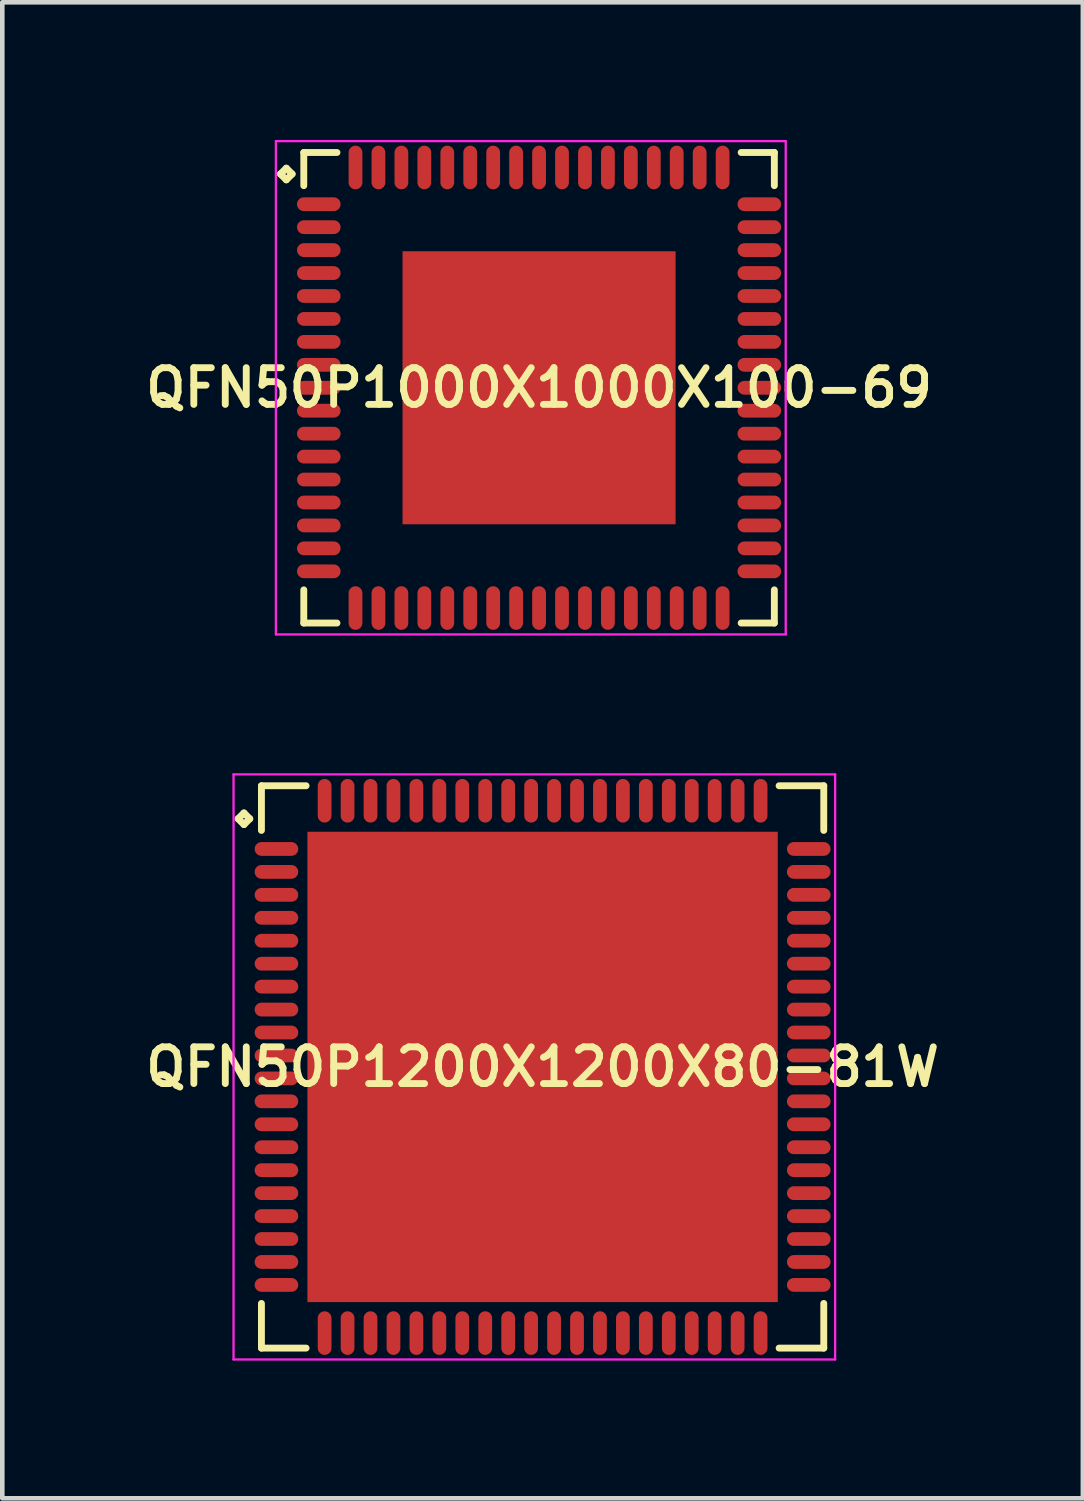
<source format=kicad_pcb>
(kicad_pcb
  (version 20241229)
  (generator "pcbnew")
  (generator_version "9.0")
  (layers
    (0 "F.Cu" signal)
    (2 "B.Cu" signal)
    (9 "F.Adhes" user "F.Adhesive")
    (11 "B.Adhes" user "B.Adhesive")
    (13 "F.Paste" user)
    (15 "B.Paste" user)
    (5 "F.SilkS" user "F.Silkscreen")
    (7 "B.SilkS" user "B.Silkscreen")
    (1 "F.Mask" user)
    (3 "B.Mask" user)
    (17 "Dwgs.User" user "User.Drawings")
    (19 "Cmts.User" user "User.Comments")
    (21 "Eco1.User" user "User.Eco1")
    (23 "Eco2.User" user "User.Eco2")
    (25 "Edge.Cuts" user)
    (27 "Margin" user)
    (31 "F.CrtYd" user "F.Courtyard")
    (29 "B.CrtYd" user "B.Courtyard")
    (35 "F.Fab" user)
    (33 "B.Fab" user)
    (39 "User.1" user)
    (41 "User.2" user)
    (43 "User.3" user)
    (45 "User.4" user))
  (footprint "QFN50P1200X1200X80-81W"
    (layer "F.Cu")
    (at 8.774 20.2)
    (property "Reference" "QFN50P1200X1200X80-81W" (at 0 0 0) (layer "F.SilkS") (effects (font (size 0.8 0.8) (thickness 0.15))))
    (attr smd)
    (fp_line (start -6.635 -5.408) (end -6.508 -5.535) (stroke (width 0.15) (type solid)) (layer "F.SilkS"))
    (fp_line (start -6.508 -5.535) (end -6.381 -5.408) (stroke (width 0.15) (type solid)) (layer "F.SilkS"))
    (fp_line (start -6.508 -5.281) (end -6.635 -5.408) (stroke (width 0.15) (type solid)) (layer "F.SilkS"))
    (fp_line (start -6.381 -5.408) (end -6.508 -5.281) (stroke (width 0.15) (type solid)) (layer "F.SilkS"))
    (fp_line (start -6.127 -6.127) (end -5.154 -6.127) (stroke (width 0.15) (type solid)) (layer "F.SilkS"))
    (fp_line (start -6.127 -5.154) (end -6.127 -6.127) (stroke (width 0.15) (type solid)) (layer "F.SilkS"))
    (fp_line (start -6.127 5.154) (end -6.127 6.127) (stroke (width 0.15) (type solid)) (layer "F.SilkS"))
    (fp_line (start -6.127 6.127) (end -5.154 6.127) (stroke (width 0.15) (type solid)) (layer "F.SilkS"))
    (fp_line (start 5.154 -6.127) (end 6.127 -6.127) (stroke (width 0.15) (type solid)) (layer "F.SilkS"))
    (fp_line (start 5.154 6.127) (end 6.127 6.127) (stroke (width 0.15) (type solid)) (layer "F.SilkS"))
    (fp_line (start 6.127 -6.127) (end 6.127 -5.154) (stroke (width 0.15) (type solid)) (layer "F.SilkS"))
    (fp_line (start 6.127 6.127) (end 6.127 5.154) (stroke (width 0.15) (type solid)) (layer "F.SilkS"))
    (fp_line (start -6.735 -6.375) (end 6.375 -6.375) (stroke (width 0.05) (type solid)) (layer "F.CrtYd"))
    (fp_line (start -6.735 6.375) (end -6.735 -6.375) (stroke (width 0.05) (type solid)) (layer "F.CrtYd"))
    (fp_line (start 6.375 -6.375) (end 6.375 6.375) (stroke (width 0.05) (type solid)) (layer "F.CrtYd"))
    (fp_line (start 6.375 6.375) (end -6.735 6.375) (stroke (width 0.05) (type solid)) (layer "F.CrtYd"))
    (pad "1" smd oval (at -5.8 -4.75) (size 0.95 0.3) (layers "F.Cu" "F.Mask" "F.Paste"))
    (pad "2" smd oval (at -5.8 -4.25) (size 0.95 0.3) (layers "F.Cu" "F.Mask" "F.Paste"))
    (pad "3" smd oval (at -5.8 -3.75) (size 0.95 0.3) (layers "F.Cu" "F.Mask" "F.Paste"))
    (pad "4" smd oval (at -5.8 -3.25) (size 0.95 0.3) (layers "F.Cu" "F.Mask" "F.Paste"))
    (pad "5" smd oval (at -5.8 -2.75) (size 0.95 0.3) (layers "F.Cu" "F.Mask" "F.Paste"))
    (pad "6" smd oval (at -5.8 -2.25) (size 0.95 0.3) (layers "F.Cu" "F.Mask" "F.Paste"))
    (pad "7" smd oval (at -5.8 -1.75) (size 0.95 0.3) (layers "F.Cu" "F.Mask" "F.Paste"))
    (pad "8" smd oval (at -5.8 -1.25) (size 0.95 0.3) (layers "F.Cu" "F.Mask" "F.Paste"))
    (pad "9" smd oval (at -5.8 -0.75) (size 0.95 0.3) (layers "F.Cu" "F.Mask" "F.Paste"))
    (pad "10" smd oval (at -5.8 -0.25) (size 0.95 0.3) (layers "F.Cu" "F.Mask" "F.Paste"))
    (pad "11" smd oval (at -5.8 0.25) (size 0.95 0.3) (layers "F.Cu" "F.Mask" "F.Paste"))
    (pad "12" smd oval (at -5.8 0.75) (size 0.95 0.3) (layers "F.Cu" "F.Mask" "F.Paste"))
    (pad "13" smd oval (at -5.8 1.25) (size 0.95 0.3) (layers "F.Cu" "F.Mask" "F.Paste"))
    (pad "14" smd oval (at -5.8 1.75) (size 0.95 0.3) (layers "F.Cu" "F.Mask" "F.Paste"))
    (pad "15" smd oval (at -5.8 2.25) (size 0.95 0.3) (layers "F.Cu" "F.Mask" "F.Paste"))
    (pad "16" smd oval (at -5.8 2.75) (size 0.95 0.3) (layers "F.Cu" "F.Mask" "F.Paste"))
    (pad "17" smd oval (at -5.8 3.25) (size 0.95 0.3) (layers "F.Cu" "F.Mask" "F.Paste"))
    (pad "18" smd oval (at -5.8 3.75) (size 0.95 0.3) (layers "F.Cu" "F.Mask" "F.Paste"))
    (pad "19" smd oval (at -5.8 4.25) (size 0.95 0.3) (layers "F.Cu" "F.Mask" "F.Paste"))
    (pad "20" smd oval (at -5.8 4.75) (size 0.95 0.3) (layers "F.Cu" "F.Mask" "F.Paste"))
    (pad "21" smd oval (at -4.75 5.8) (size 0.3 0.95) (layers "F.Cu" "F.Mask" "F.Paste"))
    (pad "22" smd oval (at -4.25 5.8) (size 0.3 0.95) (layers "F.Cu" "F.Mask" "F.Paste"))
    (pad "23" smd oval (at -3.75 5.8) (size 0.3 0.95) (layers "F.Cu" "F.Mask" "F.Paste"))
    (pad "24" smd oval (at -3.25 5.8) (size 0.3 0.95) (layers "F.Cu" "F.Mask" "F.Paste"))
    (pad "25" smd oval (at -2.75 5.8) (size 0.3 0.95) (layers "F.Cu" "F.Mask" "F.Paste"))
    (pad "26" smd oval (at -2.25 5.8) (size 0.3 0.95) (layers "F.Cu" "F.Mask" "F.Paste"))
    (pad "27" smd oval (at -1.75 5.8) (size 0.3 0.95) (layers "F.Cu" "F.Mask" "F.Paste"))
    (pad "28" smd oval (at -1.25 5.8) (size 0.3 0.95) (layers "F.Cu" "F.Mask" "F.Paste"))
    (pad "29" smd oval (at -0.75 5.8) (size 0.3 0.95) (layers "F.Cu" "F.Mask" "F.Paste"))
    (pad "30" smd oval (at -0.25 5.8) (size 0.3 0.95) (layers "F.Cu" "F.Mask" "F.Paste"))
    (pad "31" smd oval (at 0.25 5.8) (size 0.3 0.95) (layers "F.Cu" "F.Mask" "F.Paste"))
    (pad "32" smd oval (at 0.75 5.8) (size 0.3 0.95) (layers "F.Cu" "F.Mask" "F.Paste"))
    (pad "33" smd oval (at 1.25 5.8) (size 0.3 0.95) (layers "F.Cu" "F.Mask" "F.Paste"))
    (pad "34" smd oval (at 1.75 5.8) (size 0.3 0.95) (layers "F.Cu" "F.Mask" "F.Paste"))
    (pad "35" smd oval (at 2.25 5.8) (size 0.3 0.95) (layers "F.Cu" "F.Mask" "F.Paste"))
    (pad "36" smd oval (at 2.75 5.8) (size 0.3 0.95) (layers "F.Cu" "F.Mask" "F.Paste"))
    (pad "37" smd oval (at 3.25 5.8) (size 0.3 0.95) (layers "F.Cu" "F.Mask" "F.Paste"))
    (pad "38" smd oval (at 3.75 5.8) (size 0.3 0.95) (layers "F.Cu" "F.Mask" "F.Paste"))
    (pad "39" smd oval (at 4.25 5.8) (size 0.3 0.95) (layers "F.Cu" "F.Mask" "F.Paste"))
    (pad "40" smd oval (at 4.75 5.8) (size 0.3 0.95) (layers "F.Cu" "F.Mask" "F.Paste"))
    (pad "41" smd oval (at 5.8 4.75) (size 0.95 0.3) (layers "F.Cu" "F.Mask" "F.Paste"))
    (pad "42" smd oval (at 5.8 4.25) (size 0.95 0.3) (layers "F.Cu" "F.Mask" "F.Paste"))
    (pad "43" smd oval (at 5.8 3.75) (size 0.95 0.3) (layers "F.Cu" "F.Mask" "F.Paste"))
    (pad "44" smd oval (at 5.8 3.25) (size 0.95 0.3) (layers "F.Cu" "F.Mask" "F.Paste"))
    (pad "45" smd oval (at 5.8 2.75) (size 0.95 0.3) (layers "F.Cu" "F.Mask" "F.Paste"))
    (pad "46" smd oval (at 5.8 2.25) (size 0.95 0.3) (layers "F.Cu" "F.Mask" "F.Paste"))
    (pad "47" smd oval (at 5.8 1.75) (size 0.95 0.3) (layers "F.Cu" "F.Mask" "F.Paste"))
    (pad "48" smd oval (at 5.8 1.25) (size 0.95 0.3) (layers "F.Cu" "F.Mask" "F.Paste"))
    (pad "49" smd oval (at 5.8 0.75) (size 0.95 0.3) (layers "F.Cu" "F.Mask" "F.Paste"))
    (pad "50" smd oval (at 5.8 0.25) (size 0.95 0.3) (layers "F.Cu" "F.Mask" "F.Paste"))
    (pad "51" smd oval (at 5.8 -0.25) (size 0.95 0.3) (layers "F.Cu" "F.Mask" "F.Paste"))
    (pad "52" smd oval (at 5.8 -0.75) (size 0.95 0.3) (layers "F.Cu" "F.Mask" "F.Paste"))
    (pad "53" smd oval (at 5.8 -1.25) (size 0.95 0.3) (layers "F.Cu" "F.Mask" "F.Paste"))
    (pad "54" smd oval (at 5.8 -1.75) (size 0.95 0.3) (layers "F.Cu" "F.Mask" "F.Paste"))
    (pad "55" smd oval (at 5.8 -2.25) (size 0.95 0.3) (layers "F.Cu" "F.Mask" "F.Paste"))
    (pad "56" smd oval (at 5.8 -2.75) (size 0.95 0.3) (layers "F.Cu" "F.Mask" "F.Paste"))
    (pad "57" smd oval (at 5.8 -3.25) (size 0.95 0.3) (layers "F.Cu" "F.Mask" "F.Paste"))
    (pad "58" smd oval (at 5.8 -3.75) (size 0.95 0.3) (layers "F.Cu" "F.Mask" "F.Paste"))
    (pad "59" smd oval (at 5.8 -4.25) (size 0.95 0.3) (layers "F.Cu" "F.Mask" "F.Paste"))
    (pad "60" smd oval (at 5.8 -4.75) (size 0.95 0.3) (layers "F.Cu" "F.Mask" "F.Paste"))
    (pad "61" smd oval (at 4.75 -5.8) (size 0.3 0.95) (layers "F.Cu" "F.Mask" "F.Paste"))
    (pad "62" smd oval (at 4.25 -5.8) (size 0.3 0.95) (layers "F.Cu" "F.Mask" "F.Paste"))
    (pad "63" smd oval (at 3.75 -5.8) (size 0.3 0.95) (layers "F.Cu" "F.Mask" "F.Paste"))
    (pad "64" smd oval (at 3.25 -5.8) (size 0.3 0.95) (layers "F.Cu" "F.Mask" "F.Paste"))
    (pad "65" smd oval (at 2.75 -5.8) (size 0.3 0.95) (layers "F.Cu" "F.Mask" "F.Paste"))
    (pad "66" smd oval (at 2.25 -5.8) (size 0.3 0.95) (layers "F.Cu" "F.Mask" "F.Paste"))
    (pad "67" smd oval (at 1.75 -5.8) (size 0.3 0.95) (layers "F.Cu" "F.Mask" "F.Paste"))
    (pad "68" smd oval (at 1.25 -5.8) (size 0.3 0.95) (layers "F.Cu" "F.Mask" "F.Paste"))
    (pad "69" smd oval (at 0.75 -5.8) (size 0.3 0.95) (layers "F.Cu" "F.Mask" "F.Paste"))
    (pad "70" smd oval (at 0.25 -5.8) (size 0.3 0.95) (layers "F.Cu" "F.Mask" "F.Paste"))
    (pad "71" smd oval (at -0.25 -5.8) (size 0.3 0.95) (layers "F.Cu" "F.Mask" "F.Paste"))
    (pad "72" smd oval (at -0.75 -5.8) (size 0.3 0.95) (layers "F.Cu" "F.Mask" "F.Paste"))
    (pad "73" smd oval (at -1.25 -5.8) (size 0.3 0.95) (layers "F.Cu" "F.Mask" "F.Paste"))
    (pad "74" smd oval (at -1.75 -5.8) (size 0.3 0.95) (layers "F.Cu" "F.Mask" "F.Paste"))
    (pad "75" smd oval (at -2.25 -5.8) (size 0.3 0.95) (layers "F.Cu" "F.Mask" "F.Paste"))
    (pad "76" smd oval (at -2.75 -5.8) (size 0.3 0.95) (layers "F.Cu" "F.Mask" "F.Paste"))
    (pad "77" smd oval (at -3.25 -5.8) (size 0.3 0.95) (layers "F.Cu" "F.Mask" "F.Paste"))
    (pad "78" smd oval (at -3.75 -5.8) (size 0.3 0.95) (layers "F.Cu" "F.Mask" "F.Paste"))
    (pad "79" smd oval (at -4.25 -5.8) (size 0.3 0.95) (layers "F.Cu" "F.Mask" "F.Paste"))
    (pad "80" smd oval (at -4.75 -5.8) (size 0.3 0.95) (layers "F.Cu" "F.Mask" "F.Paste"))
    (pad "81" smd rect (at 0 0) (size 10.25 10.25) (layers "F.Cu" "F.Mask" "F.Paste")))
  (footprint "QFN50P1000X1000X100-69"
    (layer "F.Cu")
    (at 8.697 5.4)
    (property "Reference" "QFN50P1000X1000X100-69" (at 0 0 0) (layer "F.SilkS") (effects (font (size 0.8 0.8) (thickness 0.15))))
    (attr smd)
    (fp_line (start -5.635 -4.658) (end -5.508 -4.785) (stroke (width 0.15) (type solid)) (layer "F.SilkS"))
    (fp_line (start -5.508 -4.785) (end -5.381 -4.658) (stroke (width 0.15) (type solid)) (layer "F.SilkS"))
    (fp_line (start -5.508 -4.531) (end -5.635 -4.658) (stroke (width 0.15) (type solid)) (layer "F.SilkS"))
    (fp_line (start -5.381 -4.658) (end -5.508 -4.531) (stroke (width 0.15) (type solid)) (layer "F.SilkS"))
    (fp_line (start -5.127 -5.127) (end -4.404 -5.127) (stroke (width 0.15) (type solid)) (layer "F.SilkS"))
    (fp_line (start -5.127 -4.404) (end -5.127 -5.127) (stroke (width 0.15) (type solid)) (layer "F.SilkS"))
    (fp_line (start -5.127 4.404) (end -5.127 5.127) (stroke (width 0.15) (type solid)) (layer "F.SilkS"))
    (fp_line (start -5.127 5.127) (end -4.404 5.127) (stroke (width 0.15) (type solid)) (layer "F.SilkS"))
    (fp_line (start 4.404 -5.127) (end 5.127 -5.127) (stroke (width 0.15) (type solid)) (layer "F.SilkS"))
    (fp_line (start 4.404 5.127) (end 5.127 5.127) (stroke (width 0.15) (type solid)) (layer "F.SilkS"))
    (fp_line (start 5.127 -5.127) (end 5.127 -4.404) (stroke (width 0.15) (type solid)) (layer "F.SilkS"))
    (fp_line (start 5.127 5.127) (end 5.127 4.404) (stroke (width 0.15) (type solid)) (layer "F.SilkS"))
    (fp_line (start -5.735 -5.375) (end 5.375 -5.375) (stroke (width 0.05) (type solid)) (layer "F.CrtYd"))
    (fp_line (start -5.735 5.375) (end -5.735 -5.375) (stroke (width 0.05) (type solid)) (layer "F.CrtYd"))
    (fp_line (start 5.375 -5.375) (end 5.375 5.375) (stroke (width 0.05) (type solid)) (layer "F.CrtYd"))
    (fp_line (start 5.375 5.375) (end -5.735 5.375) (stroke (width 0.05) (type solid)) (layer "F.CrtYd"))
    (pad "1" smd oval (at -4.8 -4) (size 0.95 0.3) (layers "F.Cu" "F.Mask" "F.Paste"))
    (pad "2" smd oval (at -4.8 -3.5) (size 0.95 0.3) (layers "F.Cu" "F.Mask" "F.Paste"))
    (pad "3" smd oval (at -4.8 -3) (size 0.95 0.3) (layers "F.Cu" "F.Mask" "F.Paste"))
    (pad "4" smd oval (at -4.8 -2.5) (size 0.95 0.3) (layers "F.Cu" "F.Mask" "F.Paste"))
    (pad "5" smd oval (at -4.8 -2) (size 0.95 0.3) (layers "F.Cu" "F.Mask" "F.Paste"))
    (pad "6" smd oval (at -4.8 -1.5) (size 0.95 0.3) (layers "F.Cu" "F.Mask" "F.Paste"))
    (pad "7" smd oval (at -4.8 -1) (size 0.95 0.3) (layers "F.Cu" "F.Mask" "F.Paste"))
    (pad "8" smd oval (at -4.8 -0.5) (size 0.95 0.3) (layers "F.Cu" "F.Mask" "F.Paste"))
    (pad "9" smd oval (at -4.8 0) (size 0.95 0.3) (layers "F.Cu" "F.Mask" "F.Paste"))
    (pad "10" smd oval (at -4.8 0.5) (size 0.95 0.3) (layers "F.Cu" "F.Mask" "F.Paste"))
    (pad "11" smd oval (at -4.8 1) (size 0.95 0.3) (layers "F.Cu" "F.Mask" "F.Paste"))
    (pad "12" smd oval (at -4.8 1.5) (size 0.95 0.3) (layers "F.Cu" "F.Mask" "F.Paste"))
    (pad "13" smd oval (at -4.8 2) (size 0.95 0.3) (layers "F.Cu" "F.Mask" "F.Paste"))
    (pad "14" smd oval (at -4.8 2.5) (size 0.95 0.3) (layers "F.Cu" "F.Mask" "F.Paste"))
    (pad "15" smd oval (at -4.8 3) (size 0.95 0.3) (layers "F.Cu" "F.Mask" "F.Paste"))
    (pad "16" smd oval (at -4.8 3.5) (size 0.95 0.3) (layers "F.Cu" "F.Mask" "F.Paste"))
    (pad "17" smd oval (at -4.8 4) (size 0.95 0.3) (layers "F.Cu" "F.Mask" "F.Paste"))
    (pad "18" smd oval (at -4 4.8) (size 0.3 0.95) (layers "F.Cu" "F.Mask" "F.Paste"))
    (pad "19" smd oval (at -3.5 4.8) (size 0.3 0.95) (layers "F.Cu" "F.Mask" "F.Paste"))
    (pad "20" smd oval (at -3 4.8) (size 0.3 0.95) (layers "F.Cu" "F.Mask" "F.Paste"))
    (pad "21" smd oval (at -2.5 4.8) (size 0.3 0.95) (layers "F.Cu" "F.Mask" "F.Paste"))
    (pad "22" smd oval (at -2 4.8) (size 0.3 0.95) (layers "F.Cu" "F.Mask" "F.Paste"))
    (pad "23" smd oval (at -1.5 4.8) (size 0.3 0.95) (layers "F.Cu" "F.Mask" "F.Paste"))
    (pad "24" smd oval (at -1 4.8) (size 0.3 0.95) (layers "F.Cu" "F.Mask" "F.Paste"))
    (pad "25" smd oval (at -0.5 4.8) (size 0.3 0.95) (layers "F.Cu" "F.Mask" "F.Paste"))
    (pad "26" smd oval (at 0 4.8) (size 0.3 0.95) (layers "F.Cu" "F.Mask" "F.Paste"))
    (pad "27" smd oval (at 0.5 4.8) (size 0.3 0.95) (layers "F.Cu" "F.Mask" "F.Paste"))
    (pad "28" smd oval (at 1 4.8) (size 0.3 0.95) (layers "F.Cu" "F.Mask" "F.Paste"))
    (pad "29" smd oval (at 1.5 4.8) (size 0.3 0.95) (layers "F.Cu" "F.Mask" "F.Paste"))
    (pad "30" smd oval (at 2 4.8) (size 0.3 0.95) (layers "F.Cu" "F.Mask" "F.Paste"))
    (pad "31" smd oval (at 2.5 4.8) (size 0.3 0.95) (layers "F.Cu" "F.Mask" "F.Paste"))
    (pad "32" smd oval (at 3 4.8) (size 0.3 0.95) (layers "F.Cu" "F.Mask" "F.Paste"))
    (pad "33" smd oval (at 3.5 4.8) (size 0.3 0.95) (layers "F.Cu" "F.Mask" "F.Paste"))
    (pad "34" smd oval (at 4 4.8) (size 0.3 0.95) (layers "F.Cu" "F.Mask" "F.Paste"))
    (pad "35" smd oval (at 4.8 4) (size 0.95 0.3) (layers "F.Cu" "F.Mask" "F.Paste"))
    (pad "36" smd oval (at 4.8 3.5) (size 0.95 0.3) (layers "F.Cu" "F.Mask" "F.Paste"))
    (pad "37" smd oval (at 4.8 3) (size 0.95 0.3) (layers "F.Cu" "F.Mask" "F.Paste"))
    (pad "38" smd oval (at 4.8 2.5) (size 0.95 0.3) (layers "F.Cu" "F.Mask" "F.Paste"))
    (pad "39" smd oval (at 4.8 2) (size 0.95 0.3) (layers "F.Cu" "F.Mask" "F.Paste"))
    (pad "40" smd oval (at 4.8 1.5) (size 0.95 0.3) (layers "F.Cu" "F.Mask" "F.Paste"))
    (pad "41" smd oval (at 4.8 1) (size 0.95 0.3) (layers "F.Cu" "F.Mask" "F.Paste"))
    (pad "42" smd oval (at 4.8 0.5) (size 0.95 0.3) (layers "F.Cu" "F.Mask" "F.Paste"))
    (pad "43" smd oval (at 4.8 0) (size 0.95 0.3) (layers "F.Cu" "F.Mask" "F.Paste"))
    (pad "44" smd oval (at 4.8 -0.5) (size 0.95 0.3) (layers "F.Cu" "F.Mask" "F.Paste"))
    (pad "45" smd oval (at 4.8 -1) (size 0.95 0.3) (layers "F.Cu" "F.Mask" "F.Paste"))
    (pad "46" smd oval (at 4.8 -1.5) (size 0.95 0.3) (layers "F.Cu" "F.Mask" "F.Paste"))
    (pad "47" smd oval (at 4.8 -2) (size 0.95 0.3) (layers "F.Cu" "F.Mask" "F.Paste"))
    (pad "48" smd oval (at 4.8 -2.5) (size 0.95 0.3) (layers "F.Cu" "F.Mask" "F.Paste"))
    (pad "49" smd oval (at 4.8 -3) (size 0.95 0.3) (layers "F.Cu" "F.Mask" "F.Paste"))
    (pad "50" smd oval (at 4.8 -3.5) (size 0.95 0.3) (layers "F.Cu" "F.Mask" "F.Paste"))
    (pad "51" smd oval (at 4.8 -4) (size 0.95 0.3) (layers "F.Cu" "F.Mask" "F.Paste"))
    (pad "52" smd oval (at 4 -4.8) (size 0.3 0.95) (layers "F.Cu" "F.Mask" "F.Paste"))
    (pad "53" smd oval (at 3.5 -4.8) (size 0.3 0.95) (layers "F.Cu" "F.Mask" "F.Paste"))
    (pad "54" smd oval (at 3 -4.8) (size 0.3 0.95) (layers "F.Cu" "F.Mask" "F.Paste"))
    (pad "55" smd oval (at 2.5 -4.8) (size 0.3 0.95) (layers "F.Cu" "F.Mask" "F.Paste"))
    (pad "56" smd oval (at 2 -4.8) (size 0.3 0.95) (layers "F.Cu" "F.Mask" "F.Paste"))
    (pad "57" smd oval (at 1.5 -4.8) (size 0.3 0.95) (layers "F.Cu" "F.Mask" "F.Paste"))
    (pad "58" smd oval (at 1 -4.8) (size 0.3 0.95) (layers "F.Cu" "F.Mask" "F.Paste"))
    (pad "59" smd oval (at 0.5 -4.8) (size 0.3 0.95) (layers "F.Cu" "F.Mask" "F.Paste"))
    (pad "60" smd oval (at 0 -4.8) (size 0.3 0.95) (layers "F.Cu" "F.Mask" "F.Paste"))
    (pad "61" smd oval (at -0.5 -4.8) (size 0.3 0.95) (layers "F.Cu" "F.Mask" "F.Paste"))
    (pad "62" smd oval (at -1 -4.8) (size 0.3 0.95) (layers "F.Cu" "F.Mask" "F.Paste"))
    (pad "63" smd oval (at -1.5 -4.8) (size 0.3 0.95) (layers "F.Cu" "F.Mask" "F.Paste"))
    (pad "64" smd oval (at -2 -4.8) (size 0.3 0.95) (layers "F.Cu" "F.Mask" "F.Paste"))
    (pad "65" smd oval (at -2.5 -4.8) (size 0.3 0.95) (layers "F.Cu" "F.Mask" "F.Paste"))
    (pad "66" smd oval (at -3 -4.8) (size 0.3 0.95) (layers "F.Cu" "F.Mask" "F.Paste"))
    (pad "67" smd oval (at -3.5 -4.8) (size 0.3 0.95) (layers "F.Cu" "F.Mask" "F.Paste"))
    (pad "68" smd oval (at -4 -4.8) (size 0.3 0.95) (layers "F.Cu" "F.Mask" "F.Paste"))
    (pad "69" smd rect (at 0 0) (size 5.95 5.95) (layers "F.Cu" "F.Mask" "F.Paste")))
  (gr_rect
    (start -3 -3)
    (end 20.547 29.6)
    (stroke (width 0.1) (type default))
    (fill no)
    (layer "Edge.Cuts")))
</source>
